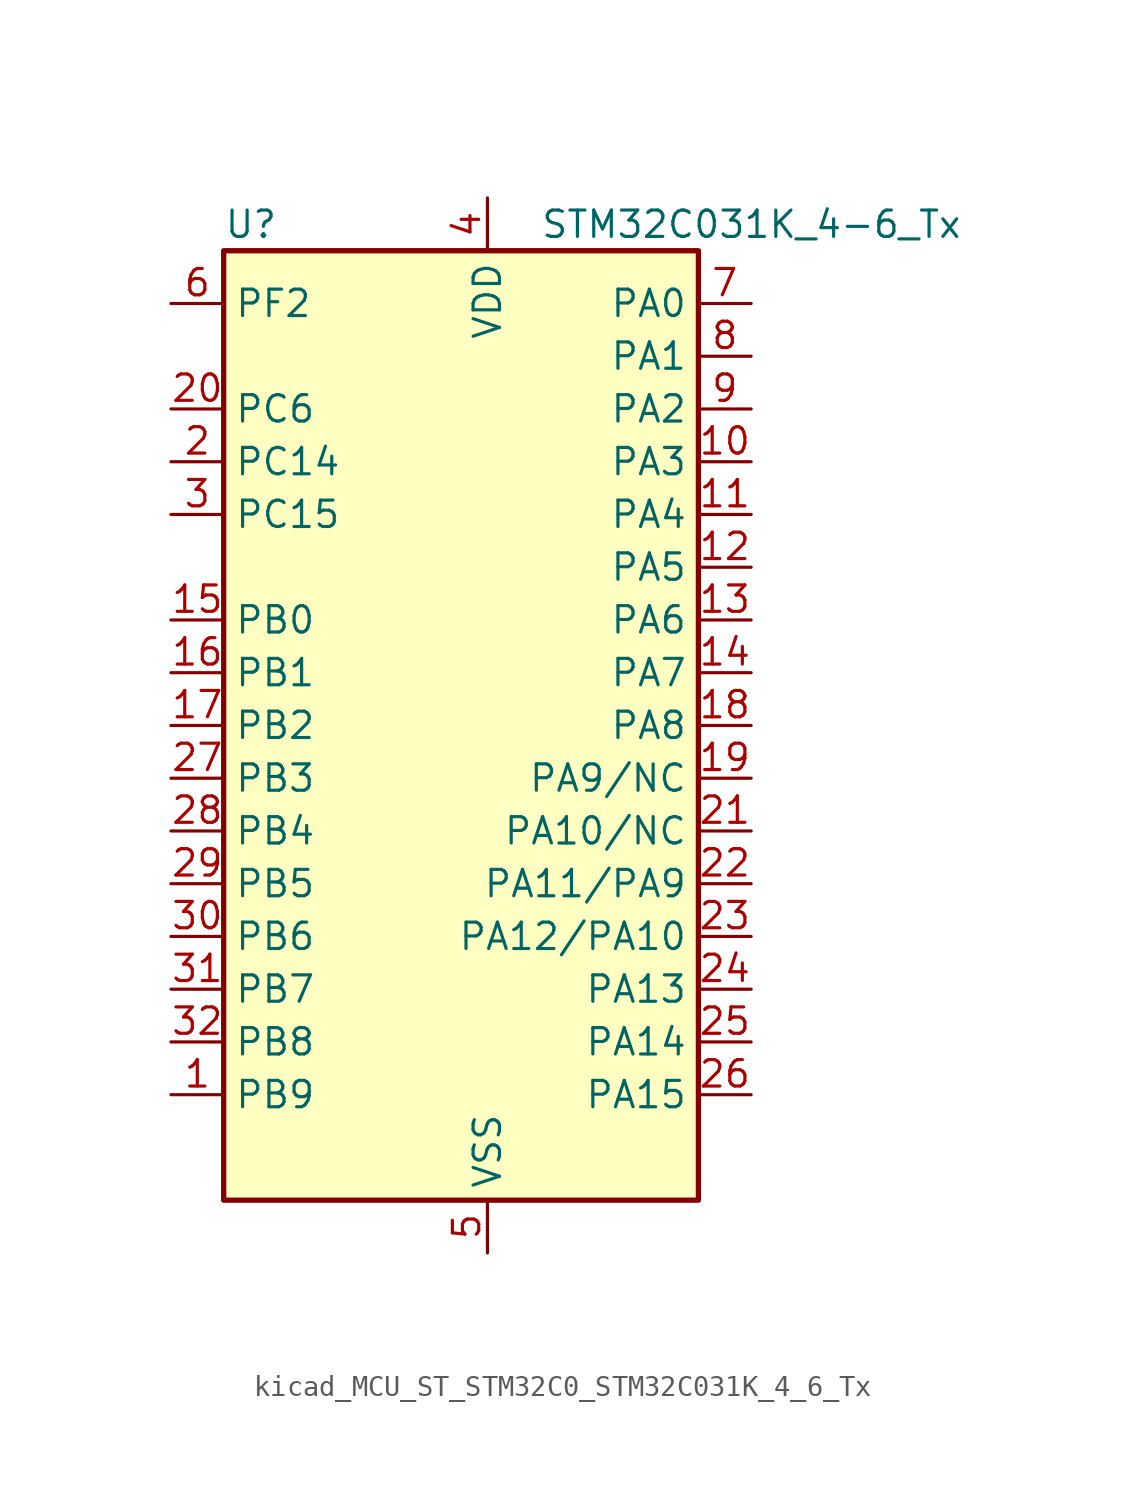
<source format=kicad_sym>
(kicad_symbol_lib
  (version 20220914)
  (generator kicad_symbol_editor)
  (symbol "kicad_MCU_ST_STM32C0_STM32C031K_4_6_Tx"
    (property "Reference" "U"
      (at -10.16 24.13 0)
      (effects (font (size 1.27 1.27)) (justify left)))
    (property "Value" "STM32C031K_4-6_Tx"
      (at 5.08 24.13 0)
      (effects (font (size 1.27 1.27)) (justify left)))
    (property "ki_locked" ""
      (at 0 0 0)
      (effects (font (size 1.27 1.27))))
    (symbol "kicad_MCU_ST_STM32C0_STM32C031K_4_6_Tx_0_1"
      (rectangle (start -10.16 -22.86) (end 12.7 22.86) (stroke (width 0.254) (type default)) (fill (type background))))
    (symbol "kicad_MCU_ST_STM32C0_STM32C031K_4_6_Tx_1_1"
      (pin bidirectional line (at -12.7 -17.78 0) (length 2.54) (name "PB9" (effects (font (size 1.27 1.27)))) (number "1" (effects (font (size 1.27 1.27)))) (alternate "I2C1_SDA" bidirectional line) (alternate "IR_OUT" bidirectional line) (alternate "TIM17_CH1" bidirectional line) (alternate "TIM3_CH2" bidirectional line) (alternate "USART2_CK" bidirectional line) (alternate "USART2_DE" bidirectional line) (alternate "USART2_RTS" bidirectional line))
      (pin bidirectional line (at 15.24 12.7 180) (length 2.54) (name "PA3" (effects (font (size 1.27 1.27)))) (number "10" (effects (font (size 1.27 1.27)))) (alternate "ADC1_IN3" bidirectional line) (alternate "TIM1_CH1N" bidirectional line) (alternate "TIM1_CH4" bidirectional line) (alternate "USART2_RX" bidirectional line))
      (pin bidirectional line (at 15.24 10.16 180) (length 2.54) (name "PA4" (effects (font (size 1.27 1.27)))) (number "11" (effects (font (size 1.27 1.27)))) (alternate "ADC1_IN4" bidirectional line) (alternate "I2S1_WS" bidirectional line) (alternate "PWR_WKUP2" bidirectional line) (alternate "RTC_OUT1" bidirectional line) (alternate "RTC_TS" bidirectional line) (alternate "SPI1_NSS" bidirectional line) (alternate "TIM14_CH1" bidirectional line) (alternate "TIM17_CH1N" bidirectional line) (alternate "TIM1_CH2N" bidirectional line) (alternate "USART2_TX" bidirectional line))
      (pin bidirectional line (at 15.24 7.62 180) (length 2.54) (name "PA5" (effects (font (size 1.27 1.27)))) (number "12" (effects (font (size 1.27 1.27)))) (alternate "ADC1_IN5" bidirectional line) (alternate "I2S1_CK" bidirectional line) (alternate "SPI1_SCK" bidirectional line) (alternate "TIM1_CH1" bidirectional line) (alternate "TIM1_CH3N" bidirectional line) (alternate "USART2_RX" bidirectional line))
      (pin bidirectional line (at 15.24 5.08 180) (length 2.54) (name "PA6" (effects (font (size 1.27 1.27)))) (number "13" (effects (font (size 1.27 1.27)))) (alternate "ADC1_IN6" bidirectional line) (alternate "I2S1_MCK" bidirectional line) (alternate "SPI1_MISO" bidirectional line) (alternate "TIM16_CH1" bidirectional line) (alternate "TIM1_BKIN" bidirectional line) (alternate "TIM3_CH1" bidirectional line))
      (pin bidirectional line (at 15.24 2.54 180) (length 2.54) (name "PA7" (effects (font (size 1.27 1.27)))) (number "14" (effects (font (size 1.27 1.27)))) (alternate "ADC1_IN7" bidirectional line) (alternate "I2S1_SD" bidirectional line) (alternate "SPI1_MOSI" bidirectional line) (alternate "TIM14_CH1" bidirectional line) (alternate "TIM17_CH1" bidirectional line) (alternate "TIM1_CH1N" bidirectional line) (alternate "TIM3_CH2" bidirectional line))
      (pin bidirectional line (at -12.7 5.08 0) (length 2.54) (name "PB0" (effects (font (size 1.27 1.27)))) (number "15" (effects (font (size 1.27 1.27)))) (alternate "ADC1_IN17" bidirectional line) (alternate "I2S1_WS" bidirectional line) (alternate "SPI1_NSS" bidirectional line) (alternate "TIM1_CH2N" bidirectional line) (alternate "TIM3_CH3" bidirectional line))
      (pin bidirectional line (at -12.7 2.54 0) (length 2.54) (name "PB1" (effects (font (size 1.27 1.27)))) (number "16" (effects (font (size 1.27 1.27)))) (alternate "ADC1_IN18" bidirectional line) (alternate "TIM14_CH1" bidirectional line) (alternate "TIM1_CH2N" bidirectional line) (alternate "TIM1_CH3N" bidirectional line) (alternate "TIM3_CH4" bidirectional line))
      (pin bidirectional line (at -12.7 0 0) (length 2.54) (name "PB2" (effects (font (size 1.27 1.27)))) (number "17" (effects (font (size 1.27 1.27)))) (alternate "ADC1_IN19" bidirectional line) (alternate "RCC_MCO_2" bidirectional line) (alternate "USART1_RX" bidirectional line))
      (pin bidirectional line (at 15.24 0 180) (length 2.54) (name "PA8" (effects (font (size 1.27 1.27)))) (number "18" (effects (font (size 1.27 1.27)))) (alternate "ADC1_IN8" bidirectional line) (alternate "I2S1_WS" bidirectional line) (alternate "RCC_MCO" bidirectional line) (alternate "RCC_MCO_2" bidirectional line) (alternate "SPI1_NSS" bidirectional line) (alternate "TIM14_CH1" bidirectional line) (alternate "TIM1_CH1" bidirectional line) (alternate "TIM1_CH2N" bidirectional line) (alternate "TIM1_CH3N" bidirectional line) (alternate "TIM3_CH3" bidirectional line) (alternate "TIM3_CH4" bidirectional line) (alternate "USART1_RX" bidirectional line) (alternate "USART2_TX" bidirectional line))
      (pin bidirectional line (at 15.24 -2.54 180) (length 2.54) (name "PA9/NC" (effects (font (size 1.27 1.27)))) (number "19" (effects (font (size 1.27 1.27)))) (alternate "I2C1_SCL" bidirectional line) (alternate "RCC_MCO" bidirectional line) (alternate "TIM1_CH2" bidirectional line) (alternate "TIM3_ETR" bidirectional line) (alternate "USART1_TX" bidirectional line))
      (pin bidirectional line (at -12.7 12.7 0) (length 2.54) (name "PC14" (effects (font (size 1.27 1.27)))) (number "2" (effects (font (size 1.27 1.27)))) (alternate "I2C1_SDA" bidirectional line) (alternate "IR_OUT" bidirectional line) (alternate "RCC_OSCX_IN" bidirectional line) (alternate "TIM17_CH1" bidirectional line) (alternate "TIM1_BKIN2" bidirectional line) (alternate "TIM1_ETR" bidirectional line) (alternate "TIM3_CH2" bidirectional line) (alternate "USART1_TX" bidirectional line) (alternate "USART2_CK" bidirectional line) (alternate "USART2_DE" bidirectional line) (alternate "USART2_RTS" bidirectional line))
      (pin bidirectional line (at -12.7 15.24 0) (length 2.54) (name "PC6" (effects (font (size 1.27 1.27)))) (number "20" (effects (font (size 1.27 1.27)))) (alternate "TIM3_CH1" bidirectional line))
      (pin bidirectional line (at 15.24 -5.08 180) (length 2.54) (name "PA10/NC" (effects (font (size 1.27 1.27)))) (number "21" (effects (font (size 1.27 1.27)))) (alternate "I2C1_SDA" bidirectional line) (alternate "RCC_MCO_2" bidirectional line) (alternate "TIM17_BKIN" bidirectional line) (alternate "TIM1_CH3" bidirectional line) (alternate "USART1_RX" bidirectional line))
      (pin bidirectional line (at 15.24 -7.62 180) (length 2.54) (name "PA11/PA9" (effects (font (size 1.27 1.27)))) (number "22" (effects (font (size 1.27 1.27)))) (alternate "ADC1_EXTI11" bidirectional line) (alternate "ADC1_IN11" bidirectional line) (alternate "I2S1_MCK" bidirectional line) (alternate "SPI1_MISO" bidirectional line) (alternate "TIM1_BKIN2" bidirectional line) (alternate "TIM1_CH4" bidirectional line) (alternate "USART1_CTS" bidirectional line) (alternate "USART1_NSS" bidirectional line))
      (pin bidirectional line (at 15.24 -10.16 180) (length 2.54) (name "PA12/PA10" (effects (font (size 1.27 1.27)))) (number "23" (effects (font (size 1.27 1.27)))) (alternate "ADC1_IN12" bidirectional line) (alternate "I2S1_SD" bidirectional line) (alternate "I2S_CKIN" bidirectional line) (alternate "SPI1_MOSI" bidirectional line) (alternate "TIM1_ETR" bidirectional line) (alternate "USART1_CK" bidirectional line) (alternate "USART1_DE" bidirectional line) (alternate "USART1_RTS" bidirectional line))
      (pin bidirectional line (at 15.24 -12.7 180) (length 2.54) (name "PA13" (effects (font (size 1.27 1.27)))) (number "24" (effects (font (size 1.27 1.27)))) (alternate "ADC1_IN13" bidirectional line) (alternate "DEBUG_SWDIO" bidirectional line) (alternate "IR_OUT" bidirectional line) (alternate "TIM3_ETR" bidirectional line) (alternate "USART2_RX" bidirectional line))
      (pin bidirectional line (at 15.24 -15.24 180) (length 2.54) (name "PA14" (effects (font (size 1.27 1.27)))) (number "25" (effects (font (size 1.27 1.27)))) (alternate "ADC1_IN14" bidirectional line) (alternate "DEBUG_SWCLK" bidirectional line) (alternate "I2S1_WS" bidirectional line) (alternate "RCC_MCO_2" bidirectional line) (alternate "SPI1_NSS" bidirectional line) (alternate "TIM1_CH1" bidirectional line) (alternate "USART1_CK" bidirectional line) (alternate "USART1_DE" bidirectional line) (alternate "USART1_RTS" bidirectional line) (alternate "USART2_RX" bidirectional line) (alternate "USART2_TX" bidirectional line))
      (pin bidirectional line (at 15.24 -17.78 180) (length 2.54) (name "PA15" (effects (font (size 1.27 1.27)))) (number "26" (effects (font (size 1.27 1.27)))) (alternate "I2S1_WS" bidirectional line) (alternate "RCC_MCO_2" bidirectional line) (alternate "SPI1_NSS" bidirectional line) (alternate "TIM1_CH1" bidirectional line) (alternate "USART1_CK" bidirectional line) (alternate "USART1_DE" bidirectional line) (alternate "USART1_RTS" bidirectional line) (alternate "USART2_RX" bidirectional line))
      (pin bidirectional line (at -12.7 -2.54 0) (length 2.54) (name "PB3" (effects (font (size 1.27 1.27)))) (number "27" (effects (font (size 1.27 1.27)))) (alternate "I2S1_CK" bidirectional line) (alternate "SPI1_SCK" bidirectional line) (alternate "TIM1_CH2" bidirectional line) (alternate "TIM3_CH2" bidirectional line) (alternate "USART1_CK" bidirectional line) (alternate "USART1_DE" bidirectional line) (alternate "USART1_RTS" bidirectional line))
      (pin bidirectional line (at -12.7 -5.08 0) (length 2.54) (name "PB4" (effects (font (size 1.27 1.27)))) (number "28" (effects (font (size 1.27 1.27)))) (alternate "I2S1_MCK" bidirectional line) (alternate "SPI1_MISO" bidirectional line) (alternate "TIM17_BKIN" bidirectional line) (alternate "TIM3_CH1" bidirectional line) (alternate "USART1_CTS" bidirectional line) (alternate "USART1_NSS" bidirectional line))
      (pin bidirectional line (at -12.7 -7.62 0) (length 2.54) (name "PB5" (effects (font (size 1.27 1.27)))) (number "29" (effects (font (size 1.27 1.27)))) (alternate "I2C1_SMBA" bidirectional line) (alternate "I2S1_SD" bidirectional line) (alternate "PWR_WKUP6" bidirectional line) (alternate "SPI1_MOSI" bidirectional line) (alternate "TIM16_BKIN" bidirectional line) (alternate "TIM3_CH2" bidirectional line) (alternate "TIM3_CH3" bidirectional line))
      (pin bidirectional line (at -12.7 10.16 0) (length 2.54) (name "PC15" (effects (font (size 1.27 1.27)))) (number "3" (effects (font (size 1.27 1.27)))) (alternate "RCC_OSC32_EN" bidirectional line) (alternate "RCC_OSCX_OUT" bidirectional line) (alternate "RCC_OSC_EN" bidirectional line) (alternate "TIM1_ETR" bidirectional line) (alternate "TIM3_CH3" bidirectional line))
      (pin bidirectional line (at -12.7 -10.16 0) (length 2.54) (name "PB6" (effects (font (size 1.27 1.27)))) (number "30" (effects (font (size 1.27 1.27)))) (alternate "I2C1_SCL" bidirectional line) (alternate "I2C1_SMBA" bidirectional line) (alternate "I2S1_CK" bidirectional line) (alternate "I2S1_MCK" bidirectional line) (alternate "I2S1_SD" bidirectional line) (alternate "PWR_WKUP3" bidirectional line) (alternate "SPI1_MISO" bidirectional line) (alternate "SPI1_MOSI" bidirectional line) (alternate "SPI1_SCK" bidirectional line) (alternate "TIM16_BKIN" bidirectional line) (alternate "TIM16_CH1N" bidirectional line) (alternate "TIM17_BKIN" bidirectional line) (alternate "TIM1_CH2" bidirectional line) (alternate "TIM1_CH3" bidirectional line) (alternate "TIM3_CH1" bidirectional line) (alternate "TIM3_CH2" bidirectional line) (alternate "TIM3_CH3" bidirectional line) (alternate "USART1_CK" bidirectional line) (alternate "USART1_CTS" bidirectional line) (alternate "USART1_DE" bidirectional line) (alternate "USART1_NSS" bidirectional line) (alternate "USART1_RTS" bidirectional line) (alternate "USART1_TX" bidirectional line))
      (pin bidirectional line (at -12.7 -12.7 0) (length 2.54) (name "PB7" (effects (font (size 1.27 1.27)))) (number "31" (effects (font (size 1.27 1.27)))) (alternate "I2C1_SCL" bidirectional line) (alternate "I2C1_SDA" bidirectional line) (alternate "RTC_REFIN" bidirectional line) (alternate "TIM16_CH1" bidirectional line) (alternate "TIM17_CH1N" bidirectional line) (alternate "TIM1_CH4" bidirectional line) (alternate "TIM3_CH1" bidirectional line) (alternate "TIM3_CH4" bidirectional line) (alternate "USART1_RX" bidirectional line) (alternate "USART2_CTS" bidirectional line) (alternate "USART2_NSS" bidirectional line))
      (pin bidirectional line (at -12.7 -15.24 0) (length 2.54) (name "PB8" (effects (font (size 1.27 1.27)))) (number "32" (effects (font (size 1.27 1.27)))) (alternate "I2C1_SCL" bidirectional line) (alternate "TIM16_CH1" bidirectional line) (alternate "TIM3_CH1" bidirectional line) (alternate "USART2_CTS" bidirectional line) (alternate "USART2_NSS" bidirectional line))
      (pin power_in line (at 2.54 25.4 270) (length 2.54) (name "VDD" (effects (font (size 1.27 1.27)))) (number "4" (effects (font (size 1.27 1.27)))))
      (pin power_in line (at 2.54 -25.4 90) (length 2.54) (name "VSS" (effects (font (size 1.27 1.27)))) (number "5" (effects (font (size 1.27 1.27)))))
      (pin bidirectional line (at -12.7 20.32 0) (length 2.54) (name "PF2" (effects (font (size 1.27 1.27)))) (number "6" (effects (font (size 1.27 1.27)))) (alternate "RCC_MCO" bidirectional line) (alternate "TIM1_CH4" bidirectional line))
      (pin bidirectional line (at 15.24 20.32 180) (length 2.54) (name "PA0" (effects (font (size 1.27 1.27)))) (number "7" (effects (font (size 1.27 1.27)))) (alternate "ADC1_IN0" bidirectional line) (alternate "PWR_WKUP1" bidirectional line) (alternate "TIM16_CH1" bidirectional line) (alternate "TIM1_CH1" bidirectional line) (alternate "USART1_TX" bidirectional line) (alternate "USART2_CTS" bidirectional line) (alternate "USART2_NSS" bidirectional line))
      (pin bidirectional line (at 15.24 17.78 180) (length 2.54) (name "PA1" (effects (font (size 1.27 1.27)))) (number "8" (effects (font (size 1.27 1.27)))) (alternate "ADC1_IN1" bidirectional line) (alternate "I2C1_SMBA" bidirectional line) (alternate "I2S1_CK" bidirectional line) (alternate "SPI1_SCK" bidirectional line) (alternate "TIM17_CH1" bidirectional line) (alternate "TIM1_CH2" bidirectional line) (alternate "USART1_RX" bidirectional line) (alternate "USART2_CK" bidirectional line) (alternate "USART2_DE" bidirectional line) (alternate "USART2_RTS" bidirectional line))
      (pin bidirectional line (at 15.24 15.24 180) (length 2.54) (name "PA2" (effects (font (size 1.27 1.27)))) (number "9" (effects (font (size 1.27 1.27)))) (alternate "ADC1_IN2" bidirectional line) (alternate "I2S1_SD" bidirectional line) (alternate "PWR_WKUP4" bidirectional line) (alternate "RCC_LSCO" bidirectional line) (alternate "SPI1_MOSI" bidirectional line) (alternate "TIM16_CH1N" bidirectional line) (alternate "TIM1_CH3" bidirectional line) (alternate "TIM3_ETR" bidirectional line) (alternate "USART2_TX" bidirectional line)))))
</source>
